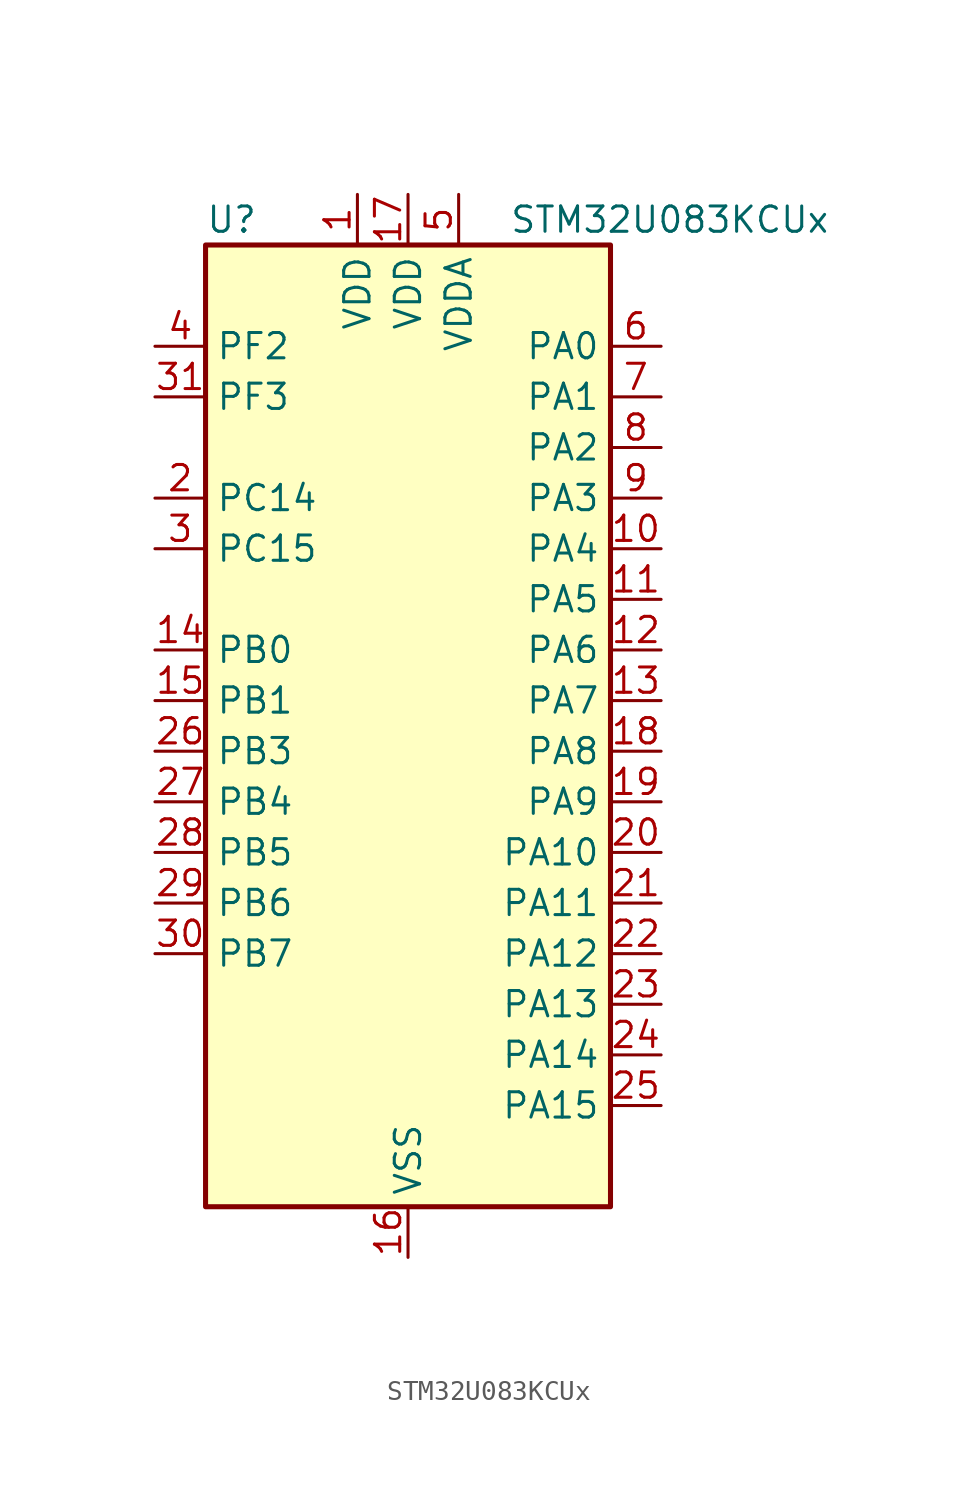
<source format=kicad_sym>
(kicad_symbol_lib
  (version 20241209)
  (generator "kicad_symbol_editor")
  (generator_version "9.0")
  (symbol "STM32U083KCUx"
    (property "Reference" "U"
      (at -10.16 26.67 0)
      (effects (font (size 1.27 1.27)) (justify left)))
    (property "Value" "STM32U083KCUx"
      (at 5.08 26.67 0)
      (effects (font (size 1.27 1.27)) (justify left)))
    (symbol "STM32U083KCUx_0_1"
      (rectangle (start -10.16 -22.86) (end 10.16 25.4) (stroke (width 0.254) (type default)) (fill (type background))))
    (symbol "STM32U083KCUx_1_1"
      (pin bidirectional line (at -12.7 20.32 0) (length 2.54) (name "PF2" (effects (font (size 1.27 1.27)))) (number "4" (effects (font (size 1.27 1.27)))) (alternate "RCC_MCO" bidirectional line))
      (pin bidirectional line (at -12.7 17.78 0) (length 2.54) (name "PF3" (effects (font (size 1.27 1.27)))) (number "31" (effects (font (size 1.27 1.27)))))
      (pin bidirectional line (at -12.7 12.7 0) (length 2.54) (name "PC14" (effects (font (size 1.27 1.27)))) (number "2" (effects (font (size 1.27 1.27)))) (alternate "RCC_OSC32_IN" bidirectional line))
      (pin bidirectional line (at -12.7 10.16 0) (length 2.54) (name "PC15" (effects (font (size 1.27 1.27)))) (number "3" (effects (font (size 1.27 1.27)))) (alternate "RCC_OSC32_EN" bidirectional line) (alternate "RCC_OSC32_OUT" bidirectional line) (alternate "RCC_OSC_EN" bidirectional line))
      (pin bidirectional line (at -12.7 5.08 0) (length 2.54) (name "PB0" (effects (font (size 1.27 1.27)))) (number "14" (effects (font (size 1.27 1.27)))) (alternate "ADC1_IN17" bidirectional line) (alternate "COMP1_OUT" bidirectional line) (alternate "LCD_SEG5" bidirectional line) (alternate "LPTIM3_CH1" bidirectional line) (alternate "LPUART2_CTS" bidirectional line) (alternate "SPI1_NSS" bidirectional line) (alternate "TIM1_CH2N" bidirectional line) (alternate "TIM3_CH3" bidirectional line) (alternate "TSC_G5_IO2" bidirectional line) (alternate "USART3_CK" bidirectional line))
      (pin bidirectional line (at -12.7 2.54 0) (length 2.54) (name "PB1" (effects (font (size 1.27 1.27)))) (number "15" (effects (font (size 1.27 1.27)))) (alternate "ADC1_IN18" bidirectional line) (alternate "COMP1_INM" bidirectional line) (alternate "LCD_SEG6" bidirectional line) (alternate "LPTIM2_IN1" bidirectional line) (alternate "LPTIM3_CH2" bidirectional line) (alternate "LPUART1_DE" bidirectional line) (alternate "LPUART1_RTS" bidirectional line) (alternate "LPUART2_DE" bidirectional line) (alternate "LPUART2_RTS" bidirectional line) (alternate "TIM1_CH3N" bidirectional line) (alternate "TIM3_CH4" bidirectional line) (alternate "TSC_SYNC" bidirectional line) (alternate "USART3_DE" bidirectional line) (alternate "USART3_RTS" bidirectional line))
      (pin bidirectional line (at -12.7 0 0) (length 2.54) (name "PB3" (effects (font (size 1.27 1.27)))) (number "26" (effects (font (size 1.27 1.27)))) (alternate "COMP2_INM" bidirectional line) (alternate "DEBUG_JTDO-SWO" bidirectional line) (alternate "I2C2_SCL" bidirectional line) (alternate "I2C3_SCL" bidirectional line) (alternate "LCD_SEG7" bidirectional line) (alternate "LPTIM1_CH3" bidirectional line) (alternate "SPI1_SCK" bidirectional line) (alternate "SPI3_SCK" bidirectional line) (alternate "TIM2_CH2" bidirectional line) (alternate "USART1_DE" bidirectional line) (alternate "USART1_RTS" bidirectional line))
      (pin bidirectional line (at -12.7 -2.54 0) (length 2.54) (name "PB4" (effects (font (size 1.27 1.27)))) (number "27" (effects (font (size 1.27 1.27)))) (alternate "COMP2_INP" bidirectional line) (alternate "I2C2_SDA" bidirectional line) (alternate "I2C3_SDA" bidirectional line) (alternate "LCD_SEG8" bidirectional line) (alternate "LPTIM1_CH4" bidirectional line) (alternate "LPUART3_DE" bidirectional line) (alternate "LPUART3_RTS" bidirectional line) (alternate "SPI1_MISO" bidirectional line) (alternate "SPI3_MISO" bidirectional line) (alternate "TIM3_CH1" bidirectional line) (alternate "TSC_G2_IO1" bidirectional line) (alternate "USART1_CTS" bidirectional line))
      (pin bidirectional line (at -12.7 -5.08 0) (length 2.54) (name "PB5" (effects (font (size 1.27 1.27)))) (number "28" (effects (font (size 1.27 1.27)))) (alternate "COMP2_OUT" bidirectional line) (alternate "LCD_SEG9" bidirectional line) (alternate "LPTIM1_IN1" bidirectional line) (alternate "LPUART3_CTS" bidirectional line) (alternate "SPI1_MOSI" bidirectional line) (alternate "SPI3_MOSI" bidirectional line) (alternate "TIM16_BKIN" bidirectional line) (alternate "TIM3_CH2" bidirectional line) (alternate "TSC_G2_IO2" bidirectional line) (alternate "USART1_CK" bidirectional line))
      (pin bidirectional line (at -12.7 -7.62 0) (length 2.54) (name "PB6" (effects (font (size 1.27 1.27)))) (number "29" (effects (font (size 1.27 1.27)))) (alternate "COMP2_INP" bidirectional line) (alternate "I2C1_SCL" bidirectional line) (alternate "I2C2_SCL" bidirectional line) (alternate "I2C4_SCL" bidirectional line) (alternate "LPTIM1_ETR" bidirectional line) (alternate "LPUART2_TX" bidirectional line) (alternate "LPUART3_TX" bidirectional line) (alternate "TIM16_CH1N" bidirectional line) (alternate "TSC_G2_IO3" bidirectional line) (alternate "USART1_TX" bidirectional line))
      (pin bidirectional line (at -12.7 -10.16 0) (length 2.54) (name "PB7" (effects (font (size 1.27 1.27)))) (number "30" (effects (font (size 1.27 1.27)))) (alternate "COMP2_INM" bidirectional line) (alternate "I2C1_SDA" bidirectional line) (alternate "I2C2_SDA" bidirectional line) (alternate "I2C4_SDA" bidirectional line) (alternate "LCD_SEG21" bidirectional line) (alternate "LPTIM1_IN2" bidirectional line) (alternate "LPUART2_RX" bidirectional line) (alternate "LPUART3_RX" bidirectional line) (alternate "PWR_PVD_IN" bidirectional line) (alternate "TSC_G2_IO4" bidirectional line) (alternate "USART1_RX" bidirectional line) (alternate "USART4_CTS" bidirectional line))
      (pin power_in line (at -2.54 27.94 270) (length 2.54) (name "VDD" (effects (font (size 1.27 1.27)))) (number "1" (effects (font (size 1.27 1.27)))))
      (pin power_in line (at 0 27.94 270) (length 2.54) (name "VDD" (effects (font (size 1.27 1.27)))) (number "17" (effects (font (size 1.27 1.27)))))
      (pin power_in line (at 0 -25.4 90) (length 2.54) (name "VSS" (effects (font (size 1.27 1.27)))) (number "16" (effects (font (size 1.27 1.27)))))
      (pin passive line (at 0 -25.4 90) (length 2.54) (hide yes) (name "VSS" (effects (font (size 1.27 1.27)))) (number "32" (effects (font (size 1.27 1.27)))))
      (pin passive line (at 0 -25.4 90) (length 2.54) (hide yes) (name "VSS" (effects (font (size 1.27 1.27)))) (number "33" (effects (font (size 1.27 1.27)))))
      (pin power_in line (at 2.54 27.94 270) (length 2.54) (name "VDDA" (effects (font (size 1.27 1.27)))) (number "5" (effects (font (size 1.27 1.27)))))
      (pin bidirectional line (at 12.7 20.32 180) (length 2.54) (name "PA0" (effects (font (size 1.27 1.27)))) (number "6" (effects (font (size 1.27 1.27)))) (alternate "ADC1_IN4" bidirectional line) (alternate "COMP1_INM" bidirectional line) (alternate "COMP1_OUT" bidirectional line) (alternate "LCD_SEG42" bidirectional line) (alternate "OPAMP1_VINP" bidirectional line) (alternate "PWR_WKUP1" bidirectional line) (alternate "TAMP_IN2" bidirectional line) (alternate "TIM2_CH1" bidirectional line) (alternate "TIM2_ETR" bidirectional line) (alternate "USART2_CTS" bidirectional line) (alternate "USART4_TX" bidirectional line))
      (pin bidirectional line (at 12.7 17.78 180) (length 2.54) (name "PA1" (effects (font (size 1.27 1.27)))) (number "7" (effects (font (size 1.27 1.27)))) (alternate "ADC1_IN5" bidirectional line) (alternate "COMP1_INP" bidirectional line) (alternate "LCD_SEG0" bidirectional line) (alternate "LPTIM1_CH2" bidirectional line) (alternate "OPAMP1_VINM" bidirectional line) (alternate "PWR_WKUP3" bidirectional line) (alternate "SPI1_SCK" bidirectional line) (alternate "SPI2_SCK" bidirectional line) (alternate "TAMP_IN5" bidirectional line) (alternate "TIM15_CH1N" bidirectional line) (alternate "TIM2_CH2" bidirectional line) (alternate "USART2_DE" bidirectional line) (alternate "USART2_RTS" bidirectional line) (alternate "USART4_RX" bidirectional line))
      (pin bidirectional line (at 12.7 15.24 180) (length 2.54) (name "PA2" (effects (font (size 1.27 1.27)))) (number "8" (effects (font (size 1.27 1.27)))) (alternate "ADC1_IN6" bidirectional line) (alternate "COMP2_INM" bidirectional line) (alternate "COMP2_OUT" bidirectional line) (alternate "LCD_SEG1" bidirectional line) (alternate "LPUART1_TX" bidirectional line) (alternate "PWR_WKUP4" bidirectional line) (alternate "RCC_LSCO" bidirectional line) (alternate "TIM15_CH1" bidirectional line) (alternate "TIM2_CH3" bidirectional line) (alternate "USART2_TX" bidirectional line))
      (pin bidirectional line (at 12.7 12.7 180) (length 2.54) (name "PA3" (effects (font (size 1.27 1.27)))) (number "9" (effects (font (size 1.27 1.27)))) (alternate "ADC1_IN7" bidirectional line) (alternate "COMP2_INP" bidirectional line) (alternate "LCD_SEG2" bidirectional line) (alternate "LPUART1_RX" bidirectional line) (alternate "OPAMP1_VOUT" bidirectional line) (alternate "TIM15_CH2" bidirectional line) (alternate "TIM2_CH4" bidirectional line) (alternate "USART2_RX" bidirectional line))
      (pin bidirectional line (at 12.7 10.16 180) (length 2.54) (name "PA4" (effects (font (size 1.27 1.27)))) (number "10" (effects (font (size 1.27 1.27)))) (alternate "ADC1_IN8" bidirectional line) (alternate "COMP1_INM" bidirectional line) (alternate "COMP2_INM" bidirectional line) (alternate "DAC1_OUT1" bidirectional line) (alternate "LCD_SEG43" bidirectional line) (alternate "LPTIM2_CH1" bidirectional line) (alternate "LPUART3_TX" bidirectional line) (alternate "SPI1_NSS" bidirectional line) (alternate "SPI3_NSS" bidirectional line) (alternate "USART2_CK" bidirectional line))
      (pin bidirectional line (at 12.7 7.62 180) (length 2.54) (name "PA5" (effects (font (size 1.27 1.27)))) (number "11" (effects (font (size 1.27 1.27)))) (alternate "ADC1_IN9" bidirectional line) (alternate "COMP1_INM" bidirectional line) (alternate "COMP2_INM" bidirectional line) (alternate "LCD_SEG44" bidirectional line) (alternate "LPTIM2_ETR" bidirectional line) (alternate "LPUART3_RX" bidirectional line) (alternate "SPI1_SCK" bidirectional line) (alternate "TIM2_CH1" bidirectional line) (alternate "TIM2_ETR" bidirectional line) (alternate "USART3_TX" bidirectional line))
      (pin bidirectional line (at 12.7 5.08 180) (length 2.54) (name "PA6" (effects (font (size 1.27 1.27)))) (number "12" (effects (font (size 1.27 1.27)))) (alternate "ADC1_IN10" bidirectional line) (alternate "COMP1_OUT" bidirectional line) (alternate "I2C2_SDA" bidirectional line) (alternate "I2C3_SDA" bidirectional line) (alternate "LCD_SEG3" bidirectional line) (alternate "LPUART1_CTS" bidirectional line) (alternate "SPI1_MISO" bidirectional line) (alternate "TIM16_CH1" bidirectional line) (alternate "TIM1_BKIN" bidirectional line) (alternate "TIM3_CH1" bidirectional line) (alternate "TSC_G5_IO1" bidirectional line) (alternate "USART3_CTS" bidirectional line))
      (pin bidirectional line (at 12.7 2.54 180) (length 2.54) (name "PA7" (effects (font (size 1.27 1.27)))) (number "13" (effects (font (size 1.27 1.27)))) (alternate "ADC1_IN14" bidirectional line) (alternate "COMP2_OUT" bidirectional line) (alternate "I2C2_SCL" bidirectional line) (alternate "I2C3_SCL" bidirectional line) (alternate "LCD_SEG4" bidirectional line) (alternate "LPTIM2_CH2" bidirectional line) (alternate "SPI1_MOSI" bidirectional line) (alternate "TIM1_CH1N" bidirectional line) (alternate "TIM3_CH2" bidirectional line) (alternate "USART3_RX" bidirectional line))
      (pin bidirectional line (at 12.7 0 180) (length 2.54) (name "PA8" (effects (font (size 1.27 1.27)))) (number "18" (effects (font (size 1.27 1.27)))) (alternate "LCD_COM0" bidirectional line) (alternate "LPTIM2_CH1" bidirectional line) (alternate "RCC_MCO" bidirectional line) (alternate "RCC_MCO2" bidirectional line) (alternate "TIM1_CH1" bidirectional line) (alternate "TSC_G7_IO1" bidirectional line) (alternate "USART1_CK" bidirectional line))
      (pin bidirectional line (at 12.7 -2.54 180) (length 2.54) (name "PA9" (effects (font (size 1.27 1.27)))) (number "19" (effects (font (size 1.27 1.27)))) (alternate "COMP1_INP" bidirectional line) (alternate "DAC1_EXTI9" bidirectional line) (alternate "I2C1_SCL" bidirectional line) (alternate "I2C2_SCL" bidirectional line) (alternate "LCD_COM1" bidirectional line) (alternate "RCC_MCO" bidirectional line) (alternate "TIM15_BKIN" bidirectional line) (alternate "TIM1_CH2" bidirectional line) (alternate "TSC_G7_IO2" bidirectional line) (alternate "USART1_TX" bidirectional line))
      (pin bidirectional line (at 12.7 -5.08 180) (length 2.54) (name "PA10" (effects (font (size 1.27 1.27)))) (number "20" (effects (font (size 1.27 1.27)))) (alternate "CRS_SYNC" bidirectional line) (alternate "I2C1_SDA" bidirectional line) (alternate "I2C2_SDA" bidirectional line) (alternate "LCD_COM2" bidirectional line) (alternate "RCC_MCO2" bidirectional line) (alternate "SPI2_NSS" bidirectional line) (alternate "TIM1_CH3" bidirectional line) (alternate "TSC_G7_IO3" bidirectional line) (alternate "USART1_RX" bidirectional line))
      (pin bidirectional line (at 12.7 -7.62 180) (length 2.54) (name "PA11" (effects (font (size 1.27 1.27)))) (number "21" (effects (font (size 1.27 1.27)))) (alternate "ADC1_EXTI11" bidirectional line) (alternate "COMP1_OUT" bidirectional line) (alternate "SPI1_MISO" bidirectional line) (alternate "SPI2_MISO" bidirectional line) (alternate "TIM1_BKIN2" bidirectional line) (alternate "TIM1_CH4" bidirectional line) (alternate "USART1_CTS" bidirectional line) (alternate "USB_DM" bidirectional line))
      (pin bidirectional line (at 12.7 -10.16 180) (length 2.54) (name "PA12" (effects (font (size 1.27 1.27)))) (number "22" (effects (font (size 1.27 1.27)))) (alternate "SPI1_MOSI" bidirectional line) (alternate "SPI2_MOSI" bidirectional line) (alternate "TIM1_ETR" bidirectional line) (alternate "USART1_DE" bidirectional line) (alternate "USART1_RTS" bidirectional line) (alternate "USB_DP" bidirectional line))
      (pin bidirectional line (at 12.7 -12.7 180) (length 2.54) (name "PA13" (effects (font (size 1.27 1.27)))) (number "23" (effects (font (size 1.27 1.27)))) (alternate "DEBUG_JTMS-SWDIO" bidirectional line) (alternate "IR_OUT" bidirectional line) (alternate "LCD_SEG40" bidirectional line) (alternate "TSC_G7_IO4" bidirectional line) (alternate "USB_NOE" bidirectional line))
      (pin bidirectional line (at 12.7 -15.24 180) (length 2.54) (name "PA14" (effects (font (size 1.27 1.27)))) (number "24" (effects (font (size 1.27 1.27)))) (alternate "DEBUG_JTCK-SWCLK" bidirectional line) (alternate "LCD_SEG41" bidirectional line) (alternate "LPTIM1_CH1" bidirectional line) (alternate "TSC_G3_IO4" bidirectional line))
      (pin bidirectional line (at 12.7 -17.78 180) (length 2.54) (name "PA15" (effects (font (size 1.27 1.27)))) (number "25" (effects (font (size 1.27 1.27)))) (alternate "DEBUG_JTDI" bidirectional line) (alternate "LCD_SEG17" bidirectional line) (alternate "LPTIM3_CH3" bidirectional line) (alternate "LPTIM3_IN2" bidirectional line) (alternate "SPI1_NSS" bidirectional line) (alternate "SPI3_NSS" bidirectional line) (alternate "TIM2_CH1" bidirectional line) (alternate "TIM2_ETR" bidirectional line) (alternate "TSC_G3_IO1" bidirectional line) (alternate "USART2_RX" bidirectional line) (alternate "USART3_DE" bidirectional line) (alternate "USART3_RTS" bidirectional line) (alternate "USART4_DE" bidirectional line) (alternate "USART4_RTS" bidirectional line)))))
</source>
